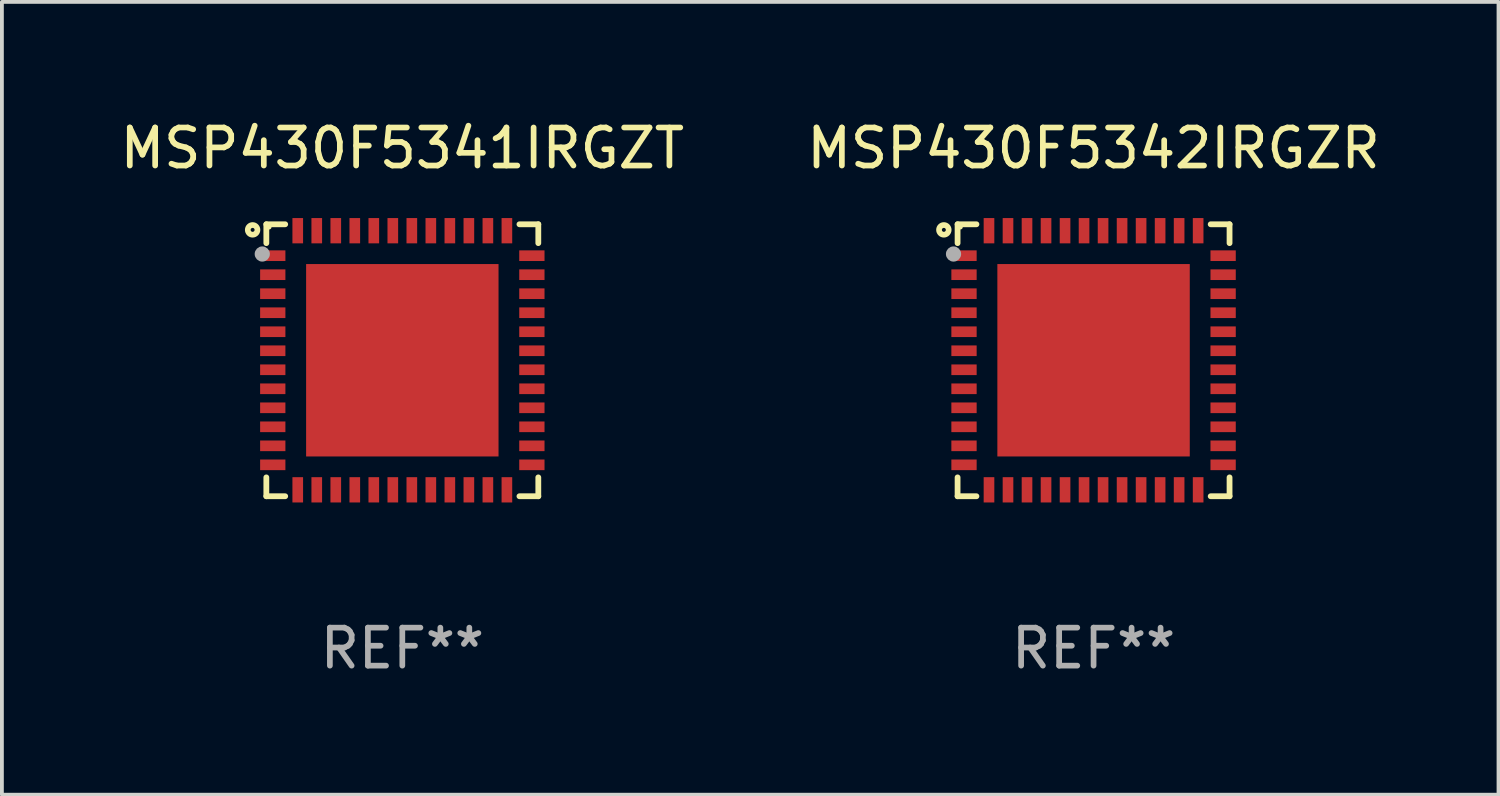
<source format=kicad_pcb>
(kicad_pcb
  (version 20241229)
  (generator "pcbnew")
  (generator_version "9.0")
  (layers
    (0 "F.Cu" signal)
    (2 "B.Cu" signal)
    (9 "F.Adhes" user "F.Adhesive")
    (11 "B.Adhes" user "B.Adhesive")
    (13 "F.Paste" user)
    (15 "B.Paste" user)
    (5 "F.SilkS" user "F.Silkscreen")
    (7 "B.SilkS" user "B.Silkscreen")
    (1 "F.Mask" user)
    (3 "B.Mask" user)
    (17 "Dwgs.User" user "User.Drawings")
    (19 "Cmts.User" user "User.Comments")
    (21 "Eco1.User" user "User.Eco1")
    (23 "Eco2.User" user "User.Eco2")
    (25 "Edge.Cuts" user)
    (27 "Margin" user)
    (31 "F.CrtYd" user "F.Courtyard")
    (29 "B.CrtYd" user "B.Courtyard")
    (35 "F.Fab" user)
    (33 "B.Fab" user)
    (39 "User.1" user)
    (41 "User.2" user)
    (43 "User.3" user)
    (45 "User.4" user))
  (footprint "MSP430F5341IRGZT"
    (layer "F.Cu")
    (at 7.53 6.424)
    (property "Reference" "MSP430F5341IRGZT" (at 0 -5.576 0) (layer "F.SilkS") (effects (font (size 1 1) (thickness 0.15))))
    (attr through_hole)
    (fp_line (start -3.576 -3.576) (end -3.576 -3.08) (stroke (width 0.152) (type solid)) (layer "F.SilkS"))
    (fp_line (start -3.576 3.576) (end -3.576 3.08) (stroke (width 0.152) (type solid)) (layer "F.SilkS"))
    (fp_line (start -3.08 -3.576) (end -3.576 -3.576) (stroke (width 0.152) (type solid)) (layer "F.SilkS"))
    (fp_line (start -3.08 3.576) (end -3.576 3.576) (stroke (width 0.152) (type solid)) (layer "F.SilkS"))
    (fp_line (start 3.08 -3.576) (end 3.576 -3.576) (stroke (width 0.152) (type solid)) (layer "F.SilkS"))
    (fp_line (start 3.08 3.576) (end 3.576 3.576) (stroke (width 0.152) (type solid)) (layer "F.SilkS"))
    (fp_line (start 3.576 -3.576) (end 3.576 -3.08) (stroke (width 0.152) (type solid)) (layer "F.SilkS"))
    (fp_line (start 3.576 3.576) (end 3.576 3.08) (stroke (width 0.152) (type solid)) (layer "F.SilkS"))
    (fp_circle (center -3.937 -3.429) (end -3.81 -3.429) (stroke (width 0.15) (type solid)) (fill no) (layer "F.SilkS"))
    (fp_circle (center -3.5 -3.5) (end -3.47 -3.5) (stroke (width 0.06) (type solid)) (fill no) (layer "F.SilkS"))
    (fp_circle (center -3.683 -2.794) (end -3.583 -2.794) (stroke (width 0.2) (type solid)) (fill no) (layer "F.Fab"))
    (fp_text user "REF**" (at 0 7.576 0) (layer "F.Fab") (effects (font (size 1 1) (thickness 0.15))))
    (pad "1" smd rect (at -3.407 -2.75) (size 0.665 0.28) (layers "F.Cu" "F.Mask" "F.Paste"))
    (pad "2" smd rect (at -3.407 -2.25) (size 0.665 0.28) (layers "F.Cu" "F.Mask" "F.Paste"))
    (pad "3" smd rect (at -3.407 -1.75) (size 0.665 0.28) (layers "F.Cu" "F.Mask" "F.Paste"))
    (pad "4" smd rect (at -3.407 -1.25) (size 0.665 0.28) (layers "F.Cu" "F.Mask" "F.Paste"))
    (pad "5" smd rect (at -3.407 -0.75) (size 0.665 0.28) (layers "F.Cu" "F.Mask" "F.Paste"))
    (pad "6" smd rect (at -3.407 -0.25) (size 0.665 0.28) (layers "F.Cu" "F.Mask" "F.Paste"))
    (pad "7" smd rect (at -3.407 0.25) (size 0.665 0.28) (layers "F.Cu" "F.Mask" "F.Paste"))
    (pad "8" smd rect (at -3.407 0.75) (size 0.665 0.28) (layers "F.Cu" "F.Mask" "F.Paste"))
    (pad "9" smd rect (at -3.407 1.25) (size 0.665 0.28) (layers "F.Cu" "F.Mask" "F.Paste"))
    (pad "10" smd rect (at -3.407 1.75) (size 0.665 0.28) (layers "F.Cu" "F.Mask" "F.Paste"))
    (pad "11" smd rect (at -3.407 2.25) (size 0.665 0.28) (layers "F.Cu" "F.Mask" "F.Paste"))
    (pad "12" smd rect (at -3.407 2.75) (size 0.665 0.28) (layers "F.Cu" "F.Mask" "F.Paste"))
    (pad "13" smd rect (at -2.75 3.407) (size 0.28 0.665) (layers "F.Cu" "F.Mask" "F.Paste"))
    (pad "14" smd rect (at -2.25 3.407) (size 0.28 0.665) (layers "F.Cu" "F.Mask" "F.Paste"))
    (pad "15" smd rect (at -1.75 3.407) (size 0.28 0.665) (layers "F.Cu" "F.Mask" "F.Paste"))
    (pad "16" smd rect (at -1.25 3.407) (size 0.28 0.665) (layers "F.Cu" "F.Mask" "F.Paste"))
    (pad "17" smd rect (at -0.75 3.407) (size 0.28 0.665) (layers "F.Cu" "F.Mask" "F.Paste"))
    (pad "18" smd rect (at -0.25 3.407) (size 0.28 0.665) (layers "F.Cu" "F.Mask" "F.Paste"))
    (pad "19" smd rect (at 0.25 3.407) (size 0.28 0.665) (layers "F.Cu" "F.Mask" "F.Paste"))
    (pad "20" smd rect (at 0.75 3.407) (size 0.28 0.665) (layers "F.Cu" "F.Mask" "F.Paste"))
    (pad "21" smd rect (at 1.25 3.407) (size 0.28 0.665) (layers "F.Cu" "F.Mask" "F.Paste"))
    (pad "22" smd rect (at 1.75 3.407) (size 0.28 0.665) (layers "F.Cu" "F.Mask" "F.Paste"))
    (pad "23" smd rect (at 2.25 3.407) (size 0.28 0.665) (layers "F.Cu" "F.Mask" "F.Paste"))
    (pad "24" smd rect (at 2.75 3.407) (size 0.28 0.665) (layers "F.Cu" "F.Mask" "F.Paste"))
    (pad "25" smd rect (at 3.407 2.75) (size 0.665 0.28) (layers "F.Cu" "F.Mask" "F.Paste"))
    (pad "26" smd rect (at 3.407 2.25) (size 0.665 0.28) (layers "F.Cu" "F.Mask" "F.Paste"))
    (pad "27" smd rect (at 3.407 1.75) (size 0.665 0.28) (layers "F.Cu" "F.Mask" "F.Paste"))
    (pad "28" smd rect (at 3.407 1.25) (size 0.665 0.28) (layers "F.Cu" "F.Mask" "F.Paste"))
    (pad "29" smd rect (at 3.407 0.75) (size 0.665 0.28) (layers "F.Cu" "F.Mask" "F.Paste"))
    (pad "30" smd rect (at 3.407 0.25) (size 0.665 0.28) (layers "F.Cu" "F.Mask" "F.Paste"))
    (pad "31" smd rect (at 3.407 -0.25) (size 0.665 0.28) (layers "F.Cu" "F.Mask" "F.Paste"))
    (pad "32" smd rect (at 3.407 -0.75) (size 0.665 0.28) (layers "F.Cu" "F.Mask" "F.Paste"))
    (pad "33" smd rect (at 3.407 -1.25) (size 0.665 0.28) (layers "F.Cu" "F.Mask" "F.Paste"))
    (pad "34" smd rect (at 3.407 -1.75) (size 0.665 0.28) (layers "F.Cu" "F.Mask" "F.Paste"))
    (pad "35" smd rect (at 3.407 -2.25) (size 0.665 0.28) (layers "F.Cu" "F.Mask" "F.Paste"))
    (pad "36" smd rect (at 3.407 -2.75) (size 0.665 0.28) (layers "F.Cu" "F.Mask" "F.Paste"))
    (pad "37" smd rect (at 2.75 -3.407) (size 0.28 0.665) (layers "F.Cu" "F.Mask" "F.Paste"))
    (pad "38" smd rect (at 2.25 -3.407) (size 0.28 0.665) (layers "F.Cu" "F.Mask" "F.Paste"))
    (pad "39" smd rect (at 1.75 -3.407) (size 0.28 0.665) (layers "F.Cu" "F.Mask" "F.Paste"))
    (pad "40" smd rect (at 1.25 -3.407) (size 0.28 0.665) (layers "F.Cu" "F.Mask" "F.Paste"))
    (pad "41" smd rect (at 0.75 -3.407) (size 0.28 0.665) (layers "F.Cu" "F.Mask" "F.Paste"))
    (pad "42" smd rect (at 0.25 -3.407) (size 0.28 0.665) (layers "F.Cu" "F.Mask" "F.Paste"))
    (pad "43" smd rect (at -0.25 -3.407) (size 0.28 0.665) (layers "F.Cu" "F.Mask" "F.Paste"))
    (pad "44" smd rect (at -0.75 -3.407) (size 0.28 0.665) (layers "F.Cu" "F.Mask" "F.Paste"))
    (pad "45" smd rect (at -1.25 -3.407) (size 0.28 0.665) (layers "F.Cu" "F.Mask" "F.Paste"))
    (pad "46" smd rect (at -1.75 -3.407) (size 0.28 0.665) (layers "F.Cu" "F.Mask" "F.Paste"))
    (pad "47" smd rect (at -2.25 -3.407) (size 0.28 0.665) (layers "F.Cu" "F.Mask" "F.Paste"))
    (pad "48" smd rect (at -2.75 -3.407) (size 0.28 0.665) (layers "F.Cu" "F.Mask" "F.Paste"))
    (pad "49" smd rect (at 0 0) (size 5.06 5.06) (layers "F.Cu" "F.Mask" "F.Paste")))
  (footprint "MSP430F5342IRGZR"
    (layer "F.Cu")
    (at 25.708 6.424)
    (property "Reference" "MSP430F5342IRGZR" (at 0 -5.576 0) (layer "F.SilkS") (effects (font (size 1 1) (thickness 0.15))))
    (attr through_hole)
    (fp_line (start -3.576 -3.576) (end -3.576 -3.08) (stroke (width 0.152) (type solid)) (layer "F.SilkS"))
    (fp_line (start -3.576 3.576) (end -3.576 3.08) (stroke (width 0.152) (type solid)) (layer "F.SilkS"))
    (fp_line (start -3.08 -3.576) (end -3.576 -3.576) (stroke (width 0.152) (type solid)) (layer "F.SilkS"))
    (fp_line (start -3.08 3.576) (end -3.576 3.576) (stroke (width 0.152) (type solid)) (layer "F.SilkS"))
    (fp_line (start 3.08 -3.576) (end 3.576 -3.576) (stroke (width 0.152) (type solid)) (layer "F.SilkS"))
    (fp_line (start 3.08 3.576) (end 3.576 3.576) (stroke (width 0.152) (type solid)) (layer "F.SilkS"))
    (fp_line (start 3.576 -3.576) (end 3.576 -3.08) (stroke (width 0.152) (type solid)) (layer "F.SilkS"))
    (fp_line (start 3.576 3.576) (end 3.576 3.08) (stroke (width 0.152) (type solid)) (layer "F.SilkS"))
    (fp_circle (center -3.937 -3.429) (end -3.81 -3.429) (stroke (width 0.15) (type solid)) (fill no) (layer "F.SilkS"))
    (fp_circle (center -3.5 -3.5) (end -3.47 -3.5) (stroke (width 0.06) (type solid)) (fill no) (layer "F.SilkS"))
    (fp_circle (center -3.683 -2.794) (end -3.583 -2.794) (stroke (width 0.2) (type solid)) (fill no) (layer "F.Fab"))
    (fp_text user "REF**" (at 0 7.576 0) (layer "F.Fab") (effects (font (size 1 1) (thickness 0.15))))
    (pad "1" smd rect (at -3.407 -2.75) (size 0.665 0.28) (layers "F.Cu" "F.Mask" "F.Paste"))
    (pad "2" smd rect (at -3.407 -2.25) (size 0.665 0.28) (layers "F.Cu" "F.Mask" "F.Paste"))
    (pad "3" smd rect (at -3.407 -1.75) (size 0.665 0.28) (layers "F.Cu" "F.Mask" "F.Paste"))
    (pad "4" smd rect (at -3.407 -1.25) (size 0.665 0.28) (layers "F.Cu" "F.Mask" "F.Paste"))
    (pad "5" smd rect (at -3.407 -0.75) (size 0.665 0.28) (layers "F.Cu" "F.Mask" "F.Paste"))
    (pad "6" smd rect (at -3.407 -0.25) (size 0.665 0.28) (layers "F.Cu" "F.Mask" "F.Paste"))
    (pad "7" smd rect (at -3.407 0.25) (size 0.665 0.28) (layers "F.Cu" "F.Mask" "F.Paste"))
    (pad "8" smd rect (at -3.407 0.75) (size 0.665 0.28) (layers "F.Cu" "F.Mask" "F.Paste"))
    (pad "9" smd rect (at -3.407 1.25) (size 0.665 0.28) (layers "F.Cu" "F.Mask" "F.Paste"))
    (pad "10" smd rect (at -3.407 1.75) (size 0.665 0.28) (layers "F.Cu" "F.Mask" "F.Paste"))
    (pad "11" smd rect (at -3.407 2.25) (size 0.665 0.28) (layers "F.Cu" "F.Mask" "F.Paste"))
    (pad "12" smd rect (at -3.407 2.75) (size 0.665 0.28) (layers "F.Cu" "F.Mask" "F.Paste"))
    (pad "13" smd rect (at -2.75 3.407) (size 0.28 0.665) (layers "F.Cu" "F.Mask" "F.Paste"))
    (pad "14" smd rect (at -2.25 3.407) (size 0.28 0.665) (layers "F.Cu" "F.Mask" "F.Paste"))
    (pad "15" smd rect (at -1.75 3.407) (size 0.28 0.665) (layers "F.Cu" "F.Mask" "F.Paste"))
    (pad "16" smd rect (at -1.25 3.407) (size 0.28 0.665) (layers "F.Cu" "F.Mask" "F.Paste"))
    (pad "17" smd rect (at -0.75 3.407) (size 0.28 0.665) (layers "F.Cu" "F.Mask" "F.Paste"))
    (pad "18" smd rect (at -0.25 3.407) (size 0.28 0.665) (layers "F.Cu" "F.Mask" "F.Paste"))
    (pad "19" smd rect (at 0.25 3.407) (size 0.28 0.665) (layers "F.Cu" "F.Mask" "F.Paste"))
    (pad "20" smd rect (at 0.75 3.407) (size 0.28 0.665) (layers "F.Cu" "F.Mask" "F.Paste"))
    (pad "21" smd rect (at 1.25 3.407) (size 0.28 0.665) (layers "F.Cu" "F.Mask" "F.Paste"))
    (pad "22" smd rect (at 1.75 3.407) (size 0.28 0.665) (layers "F.Cu" "F.Mask" "F.Paste"))
    (pad "23" smd rect (at 2.25 3.407) (size 0.28 0.665) (layers "F.Cu" "F.Mask" "F.Paste"))
    (pad "24" smd rect (at 2.75 3.407) (size 0.28 0.665) (layers "F.Cu" "F.Mask" "F.Paste"))
    (pad "25" smd rect (at 3.407 2.75) (size 0.665 0.28) (layers "F.Cu" "F.Mask" "F.Paste"))
    (pad "26" smd rect (at 3.407 2.25) (size 0.665 0.28) (layers "F.Cu" "F.Mask" "F.Paste"))
    (pad "27" smd rect (at 3.407 1.75) (size 0.665 0.28) (layers "F.Cu" "F.Mask" "F.Paste"))
    (pad "28" smd rect (at 3.407 1.25) (size 0.665 0.28) (layers "F.Cu" "F.Mask" "F.Paste"))
    (pad "29" smd rect (at 3.407 0.75) (size 0.665 0.28) (layers "F.Cu" "F.Mask" "F.Paste"))
    (pad "30" smd rect (at 3.407 0.25) (size 0.665 0.28) (layers "F.Cu" "F.Mask" "F.Paste"))
    (pad "31" smd rect (at 3.407 -0.25) (size 0.665 0.28) (layers "F.Cu" "F.Mask" "F.Paste"))
    (pad "32" smd rect (at 3.407 -0.75) (size 0.665 0.28) (layers "F.Cu" "F.Mask" "F.Paste"))
    (pad "33" smd rect (at 3.407 -1.25) (size 0.665 0.28) (layers "F.Cu" "F.Mask" "F.Paste"))
    (pad "34" smd rect (at 3.407 -1.75) (size 0.665 0.28) (layers "F.Cu" "F.Mask" "F.Paste"))
    (pad "35" smd rect (at 3.407 -2.25) (size 0.665 0.28) (layers "F.Cu" "F.Mask" "F.Paste"))
    (pad "36" smd rect (at 3.407 -2.75) (size 0.665 0.28) (layers "F.Cu" "F.Mask" "F.Paste"))
    (pad "37" smd rect (at 2.75 -3.407) (size 0.28 0.665) (layers "F.Cu" "F.Mask" "F.Paste"))
    (pad "38" smd rect (at 2.25 -3.407) (size 0.28 0.665) (layers "F.Cu" "F.Mask" "F.Paste"))
    (pad "39" smd rect (at 1.75 -3.407) (size 0.28 0.665) (layers "F.Cu" "F.Mask" "F.Paste"))
    (pad "40" smd rect (at 1.25 -3.407) (size 0.28 0.665) (layers "F.Cu" "F.Mask" "F.Paste"))
    (pad "41" smd rect (at 0.75 -3.407) (size 0.28 0.665) (layers "F.Cu" "F.Mask" "F.Paste"))
    (pad "42" smd rect (at 0.25 -3.407) (size 0.28 0.665) (layers "F.Cu" "F.Mask" "F.Paste"))
    (pad "43" smd rect (at -0.25 -3.407) (size 0.28 0.665) (layers "F.Cu" "F.Mask" "F.Paste"))
    (pad "44" smd rect (at -0.75 -3.407) (size 0.28 0.665) (layers "F.Cu" "F.Mask" "F.Paste"))
    (pad "45" smd rect (at -1.25 -3.407) (size 0.28 0.665) (layers "F.Cu" "F.Mask" "F.Paste"))
    (pad "46" smd rect (at -1.75 -3.407) (size 0.28 0.665) (layers "F.Cu" "F.Mask" "F.Paste"))
    (pad "47" smd rect (at -2.25 -3.407) (size 0.28 0.665) (layers "F.Cu" "F.Mask" "F.Paste"))
    (pad "48" smd rect (at -2.75 -3.407) (size 0.28 0.665) (layers "F.Cu" "F.Mask" "F.Paste"))
    (pad "49" smd rect (at 0 0) (size 5.06 5.06) (layers "F.Cu" "F.Mask" "F.Paste")))
  (gr_rect
    (start -3 -3)
    (end 36.357 17.849)
    (stroke (width 0.1) (type default))
    (fill no)
    (layer "Edge.Cuts")))
</source>
